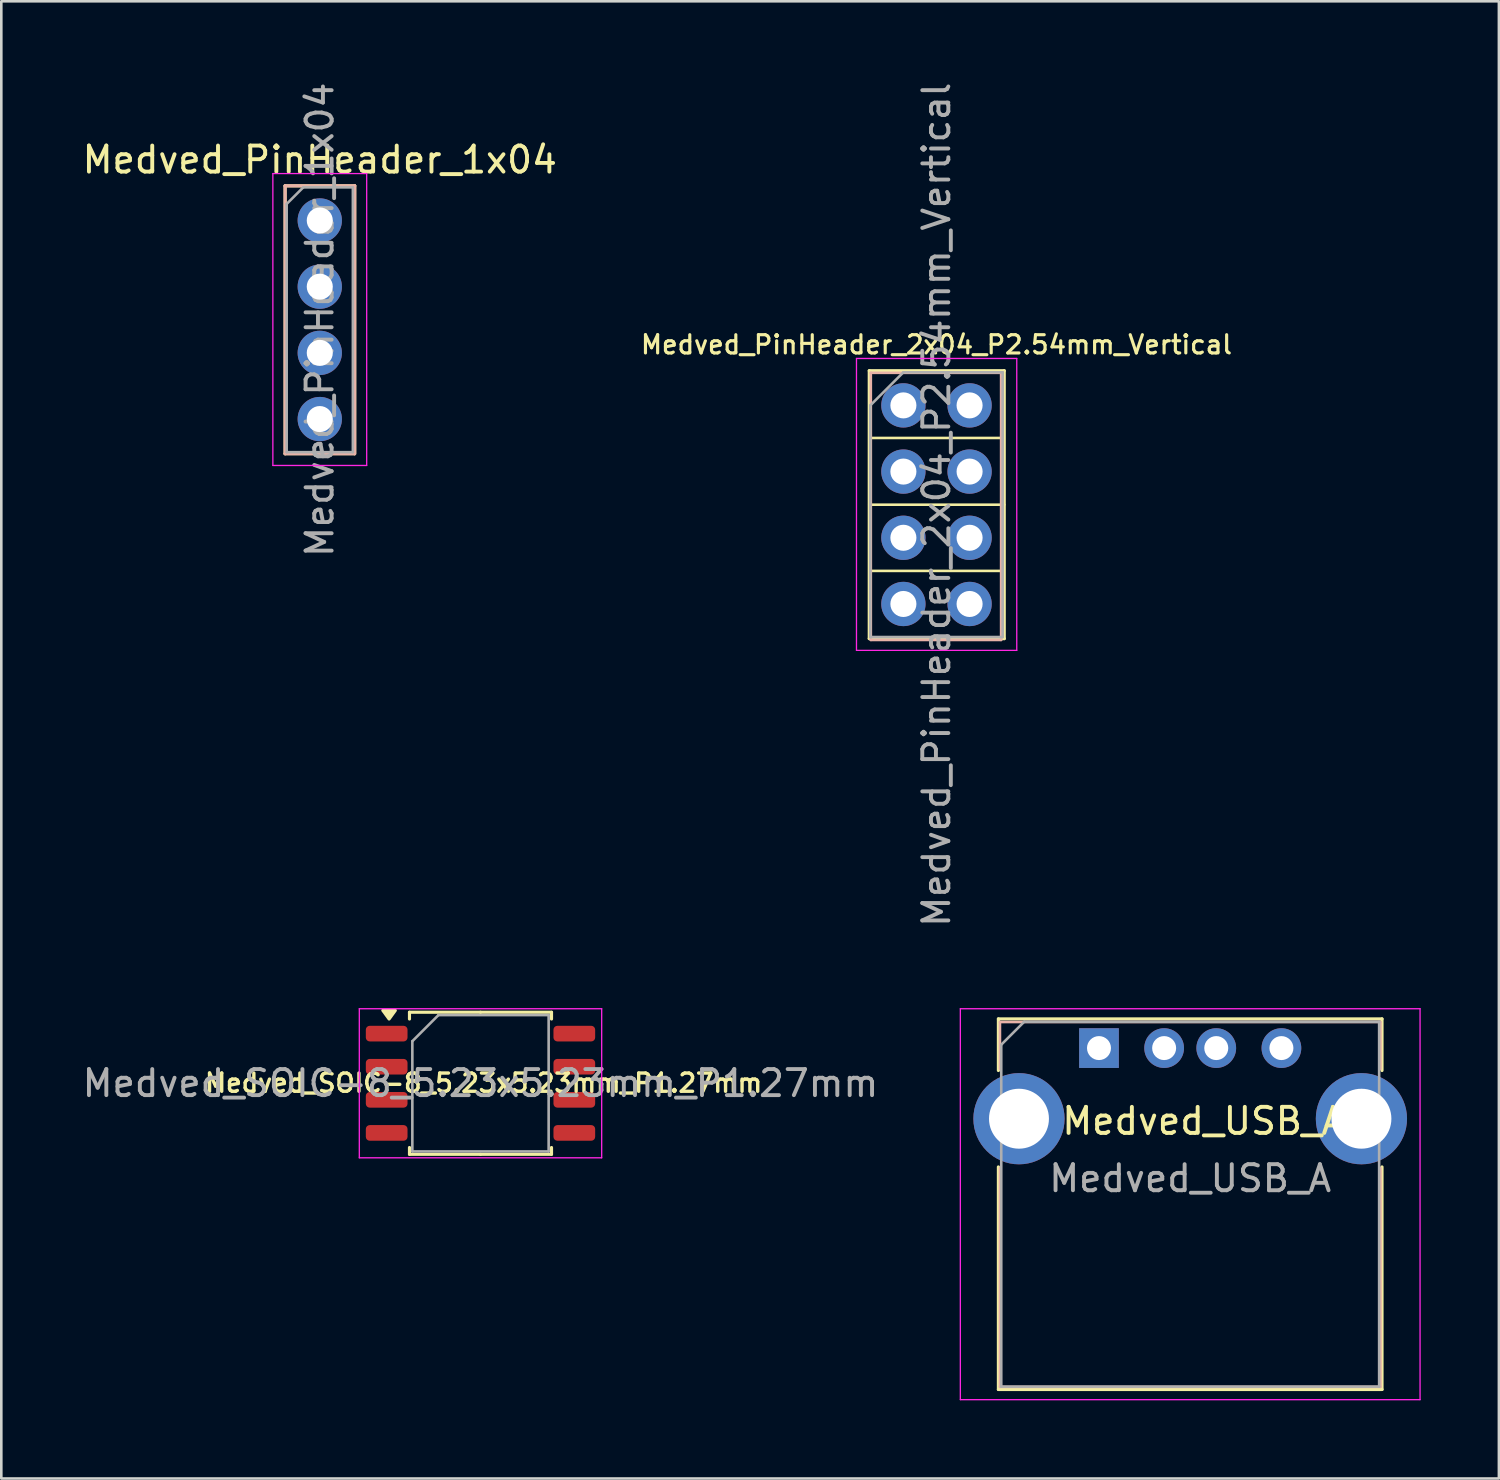
<source format=kicad_pcb>
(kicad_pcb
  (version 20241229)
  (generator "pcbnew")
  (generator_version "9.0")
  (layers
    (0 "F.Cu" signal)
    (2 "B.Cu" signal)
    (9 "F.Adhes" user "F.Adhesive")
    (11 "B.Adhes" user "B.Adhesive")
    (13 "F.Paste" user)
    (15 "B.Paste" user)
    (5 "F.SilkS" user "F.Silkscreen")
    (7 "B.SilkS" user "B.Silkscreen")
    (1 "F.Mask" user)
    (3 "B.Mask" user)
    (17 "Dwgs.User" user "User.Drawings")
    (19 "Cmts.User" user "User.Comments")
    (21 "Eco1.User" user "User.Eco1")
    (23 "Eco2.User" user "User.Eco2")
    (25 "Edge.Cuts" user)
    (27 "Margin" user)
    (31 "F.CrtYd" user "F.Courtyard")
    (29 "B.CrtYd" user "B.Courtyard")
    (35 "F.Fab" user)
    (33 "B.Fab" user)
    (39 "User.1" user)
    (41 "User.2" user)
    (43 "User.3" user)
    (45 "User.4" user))
  (footprint "Medved_PinHeader_2x04_P2.54mm_Vertical"
    (layer "F.Cu")
    (at 31.614 12.505)
    (property "Reference" "Medved_PinHeader_2x04_P2.54mm_Vertical" (at 1.27 -2.33 0) (layer "F.SilkS") (effects (font (size 0.7 0.7) (thickness 0.12) (bold yes))))
    (attr through_hole)
    (fp_line (start -1.31 3.81) (end 3.87 3.81) (stroke (width 0.1) (type default)) (layer "F.SilkS"))
    (fp_line (start -1.31 8.95) (end -1.31 -1.33) (stroke (width 0.12) (type solid)) (layer "F.SilkS"))
    (fp_line (start -1.31 8.95) (end 3.87 8.95) (stroke (width 0.12) (type solid)) (layer "F.SilkS"))
    (fp_line (start -1.25 1.25) (end 3.85 1.25) (stroke (width 0.1) (type default)) (layer "F.SilkS"))
    (fp_line (start -1.25 6.35) (end 3.85 6.35) (stroke (width 0.1) (type default)) (layer "F.SilkS"))
    (fp_line (start 3.87 -1.33) (end -1.31 -1.33) (stroke (width 0.12) (type solid)) (layer "F.SilkS"))
    (fp_line (start 3.87 -1.33) (end 3.87 8.95) (stroke (width 0.12) (type solid)) (layer "F.SilkS"))
    (fp_line (start -1.25 -1.25) (end -1.25 9) (stroke (width 0.1) (type default)) (layer "B.SilkS"))
    (fp_line (start -1.25 9) (end 3.75 9) (stroke (width 0.1) (type default)) (layer "B.SilkS"))
    (fp_line (start 3.75 -1.25) (end -1.25 -1.25) (stroke (width 0.1) (type default)) (layer "B.SilkS"))
    (fp_line (start 3.75 9) (end 3.75 -1.25) (stroke (width 0.1) (type default)) (layer "B.SilkS"))
    (fp_line (start -1.8 -1.8) (end -1.8 9.4) (stroke (width 0.05) (type solid)) (layer "F.CrtYd"))
    (fp_line (start -1.8 9.4) (end 4.35 9.4) (stroke (width 0.05) (type solid)) (layer "F.CrtYd"))
    (fp_line (start 4.35 -1.8) (end -1.8 -1.8) (stroke (width 0.05) (type solid)) (layer "F.CrtYd"))
    (fp_line (start 4.35 9.4) (end 4.35 -1.8) (stroke (width 0.05) (type solid)) (layer "F.CrtYd"))
    (fp_line (start -1.27 0) (end 0 -1.27) (stroke (width 0.1) (type solid)) (layer "F.Fab"))
    (fp_line (start -1.27 8.89) (end -1.27 0) (stroke (width 0.1) (type solid)) (layer "F.Fab"))
    (fp_line (start 0 -1.27) (end 3.81 -1.27) (stroke (width 0.1) (type solid)) (layer "F.Fab"))
    (fp_line (start 3.81 -1.27) (end 3.81 8.89) (stroke (width 0.1) (type solid)) (layer "F.Fab"))
    (fp_line (start 3.81 8.89) (end -1.27 8.89) (stroke (width 0.1) (type solid)) (layer "F.Fab"))
    (fp_text user "${REFERENCE}" (at 1.27 3.81 90) (layer "F.Fab") (effects (font (size 1 1) (thickness 0.15))))
    (pad "1" thru_hole circle (at 0 0) (size 1.7 1.7) (drill 1) (layers "*.Cu" "*.Mask"))
    (pad "2" thru_hole oval (at 2.54 0) (size 1.7 1.7) (drill 1) (layers "*.Cu" "*.Mask"))
    (pad "3" thru_hole oval (at 0 2.54) (size 1.7 1.7) (drill 1) (layers "*.Cu" "*.Mask"))
    (pad "4" thru_hole oval (at 2.54 2.54) (size 1.7 1.7) (drill 1) (layers "*.Cu" "*.Mask"))
    (pad "5" thru_hole oval (at 0 5.08) (size 1.7 1.7) (drill 1) (layers "*.Cu" "*.Mask"))
    (pad "6" thru_hole oval (at 2.54 5.08) (size 1.7 1.7) (drill 1) (layers "*.Cu" "*.Mask"))
    (pad "7" thru_hole oval (at 0 7.62) (size 1.7 1.7) (drill 1) (layers "*.Cu" "*.Mask"))
    (pad "8" thru_hole oval (at 2.54 7.62) (size 1.7 1.7) (drill 1) (layers "*.Cu" "*.Mask")))
  (footprint "Medved_PinHeader_1x04"
    (layer "F.Cu")
    (at 9.22 5.41)
    (property "Reference" "Medved_PinHeader_1x04" (at 0 -2.33 0) (layer "F.SilkS") (effects (font (size 1 1) (thickness 0.15))))
    (attr through_hole)
    (fp_line (start -1.33 -1.33) (end -1.33 8.95) (stroke (width 0.12) (type solid)) (layer "F.SilkS"))
    (fp_line (start -1.33 -1.33) (end 1.341 -1.33) (stroke (width 0.12) (type solid)) (layer "F.SilkS"))
    (fp_line (start -1.33 8.95) (end 1.33 8.95) (stroke (width 0.12) (type solid)) (layer "F.SilkS"))
    (fp_line (start 1.341 -1.33) (end 1.34 8.95) (stroke (width 0.12) (type solid)) (layer "F.SilkS"))
    (fp_line (start -1.33 -1.33) (end -1.33 8.95) (stroke (width 0.12) (type solid)) (layer "B.SilkS"))
    (fp_line (start -1.33 -1.33) (end 1.341 -1.33) (stroke (width 0.12) (type solid)) (layer "B.SilkS"))
    (fp_line (start -1.33 8.95) (end 1.33 8.95) (stroke (width 0.12) (type solid)) (layer "B.SilkS"))
    (fp_line (start 1.341 -1.33) (end 1.34 8.95) (stroke (width 0.12) (type solid)) (layer "B.SilkS"))
    (fp_line (start -1.8 -1.8) (end -1.8 9.4) (stroke (width 0.05) (type solid)) (layer "F.CrtYd"))
    (fp_line (start -1.8 9.4) (end 1.8 9.4) (stroke (width 0.05) (type solid)) (layer "F.CrtYd"))
    (fp_line (start 1.8 -1.8) (end -1.8 -1.8) (stroke (width 0.05) (type solid)) (layer "F.CrtYd"))
    (fp_line (start 1.8 9.4) (end 1.8 -1.8) (stroke (width 0.05) (type solid)) (layer "F.CrtYd"))
    (fp_line (start -1.27 -0.635) (end -0.635 -1.27) (stroke (width 0.1) (type solid)) (layer "F.Fab"))
    (fp_line (start -1.27 8.89) (end -1.27 -0.635) (stroke (width 0.1) (type solid)) (layer "F.Fab"))
    (fp_line (start -0.635 -1.27) (end 1.27 -1.27) (stroke (width 0.1) (type solid)) (layer "F.Fab"))
    (fp_line (start 1.27 -1.27) (end 1.27 8.89) (stroke (width 0.1) (type solid)) (layer "F.Fab"))
    (fp_line (start 1.27 8.89) (end -1.27 8.89) (stroke (width 0.1) (type solid)) (layer "F.Fab"))
    (fp_text user "${REFERENCE}" (at 0 3.81 90) (layer "F.Fab") (effects (font (size 1 1) (thickness 0.15))))
    (pad "1" thru_hole circle (at 0 0) (size 1.7 1.7) (drill 1) (layers "*.Cu" "*.Mask"))
    (pad "2" thru_hole oval (at 0 2.54) (size 1.7 1.7) (drill 1) (layers "*.Cu" "*.Mask"))
    (pad "3" thru_hole oval (at 0 5.08) (size 1.7 1.7) (drill 1) (layers "*.Cu" "*.Mask"))
    (pad "4" thru_hole oval (at 0 7.62) (size 1.7 1.7) (drill 1) (layers "*.Cu" "*.Mask")))
  (footprint "Medved_SOIC-8_5.23x5.23mm_P1.27mm"
    (layer "F.Cu")
    (at 15.387 38.516)
    (property "Reference" "Medved_SOIC-8_5.23x5.23mm_P1.27mm" (at 0.12 -0.01 0) (layer "F.SilkS") (effects (font (size 0.7 0.7) (thickness 0.13) (bold yes))))
    (attr smd)
    (fp_line (start -2.725 -2.725) (end -2.725 -2.465) (stroke (width 0.12) (type solid)) (layer "F.SilkS"))
    (fp_line (start -2.725 2.725) (end -2.725 2.465) (stroke (width 0.12) (type solid)) (layer "F.SilkS"))
    (fp_line (start 0 -2.725) (end -2.725 -2.725) (stroke (width 0.12) (type solid)) (layer "F.SilkS"))
    (fp_line (start 0 -2.725) (end 2.725 -2.725) (stroke (width 0.12) (type solid)) (layer "F.SilkS"))
    (fp_line (start 0 2.725) (end -2.725 2.725) (stroke (width 0.12) (type solid)) (layer "F.SilkS"))
    (fp_line (start 0 2.725) (end 2.725 2.725) (stroke (width 0.12) (type solid)) (layer "F.SilkS"))
    (fp_line (start 2.725 -2.725) (end 2.725 -2.465) (stroke (width 0.12) (type solid)) (layer "F.SilkS"))
    (fp_line (start 2.725 2.725) (end 2.725 2.465) (stroke (width 0.12) (type solid)) (layer "F.SilkS"))
    (fp_poly (pts (xy -3.507 -2.465) (xy -3.748 -2.795) (xy -3.268 -2.795) (xy -3.507 -2.465)) (stroke (width 0.12) (type solid)) (fill yes) (layer "F.SilkS"))
    (fp_line (start -4.65 -2.86) (end -4.65 2.86) (stroke (width 0.05) (type solid)) (layer "F.CrtYd"))
    (fp_line (start -4.65 2.86) (end 4.65 2.86) (stroke (width 0.05) (type solid)) (layer "F.CrtYd"))
    (fp_line (start 4.65 -2.86) (end -4.65 -2.86) (stroke (width 0.05) (type solid)) (layer "F.CrtYd"))
    (fp_line (start 4.65 2.86) (end 4.65 -2.86) (stroke (width 0.05) (type solid)) (layer "F.CrtYd"))
    (fp_line (start -2.615 -1.615) (end -1.615 -2.615) (stroke (width 0.1) (type solid)) (layer "F.Fab"))
    (fp_line (start -2.615 2.615) (end -2.615 -1.615) (stroke (width 0.1) (type solid)) (layer "F.Fab"))
    (fp_line (start -1.615 -2.615) (end 2.615 -2.615) (stroke (width 0.1) (type solid)) (layer "F.Fab"))
    (fp_line (start 2.615 -2.615) (end 2.615 2.615) (stroke (width 0.1) (type solid)) (layer "F.Fab"))
    (fp_line (start 2.615 2.615) (end -2.615 2.615) (stroke (width 0.1) (type solid)) (layer "F.Fab"))
    (fp_text user "${REFERENCE}" (at 0 0 0) (layer "F.Fab") (effects (font (size 1 1) (thickness 0.15))))
    (pad "1" smd roundrect (at -3.6 -1.905) (size 1.6 0.6) (layers "F.Cu" "F.Mask" "F.Paste") (roundrect_rratio 0.25))
    (pad "2" smd roundrect (at -3.6 -0.635) (size 1.6 0.6) (layers "F.Cu" "F.Mask" "F.Paste") (roundrect_rratio 0.25))
    (pad "3" smd roundrect (at -3.6 0.635) (size 1.6 0.6) (layers "F.Cu" "F.Mask" "F.Paste") (roundrect_rratio 0.25))
    (pad "4" smd roundrect (at -3.6 1.905) (size 1.6 0.6) (layers "F.Cu" "F.Mask" "F.Paste") (roundrect_rratio 0.25))
    (pad "5" smd roundrect (at 3.6 1.905) (size 1.6 0.6) (layers "F.Cu" "F.Mask" "F.Paste") (roundrect_rratio 0.25))
    (pad "6" smd roundrect (at 3.6 0.635) (size 1.6 0.6) (layers "F.Cu" "F.Mask" "F.Paste") (roundrect_rratio 0.25))
    (pad "7" smd roundrect (at 3.6 -0.635) (size 1.6 0.6) (layers "F.Cu" "F.Mask" "F.Paste") (roundrect_rratio 0.25))
    (pad "8" smd roundrect (at 3.6 -1.905) (size 1.6 0.6) (layers "F.Cu" "F.Mask" "F.Paste") (roundrect_rratio 0.25)))
  (footprint "Medved_USB_A"
    (layer "F.Cu")
    (at 39.119 37.166)
    (property "Reference" "Medved_USB_A" (at 4 2.8 0) (layer "F.SilkS") (effects (font (size 1 1) (thickness 0.15))))
    (attr through_hole)
    (fp_line (start -3.86 -1.12) (end -3.86 0.86) (stroke (width 0.12) (type solid)) (layer "F.SilkS"))
    (fp_line (start -3.86 -1.12) (end 10.86 -1.12) (stroke (width 0.12) (type solid)) (layer "F.SilkS"))
    (fp_line (start -3.86 4.56) (end -3.86 13.1) (stroke (width 0.12) (type solid)) (layer "F.SilkS"))
    (fp_line (start -3.86 13.1) (end 10.86 13.1) (stroke (width 0.12) (type solid)) (layer "F.SilkS"))
    (fp_line (start 10.86 0.86) (end 10.86 -1.12) (stroke (width 0.12) (type solid)) (layer "F.SilkS"))
    (fp_line (start 10.86 4.56) (end 10.86 13.1) (stroke (width 0.12) (type solid)) (layer "F.SilkS"))
    (fp_line (start -3.8 -1) (end 10.8 -1) (stroke (width 0.1) (type default)) (layer "B.SilkS"))
    (fp_line (start -3.8 0.8) (end -3.8 -1) (stroke (width 0.1) (type default)) (layer "B.SilkS"))
    (fp_line (start -3.8 13) (end -3.8 4.6) (stroke (width 0.1) (type default)) (layer "B.SilkS"))
    (fp_line (start 10.8 -1) (end 10.8 0.8) (stroke (width 0.1) (type default)) (layer "B.SilkS"))
    (fp_line (start 10.8 4.6) (end 10.8 13) (stroke (width 0.1) (type default)) (layer "B.SilkS"))
    (fp_line (start 10.8 13) (end -3.8 13) (stroke (width 0.1) (type default)) (layer "B.SilkS"))
    (fp_line (start -5.32 -1.51) (end -5.32 13.49) (stroke (width 0.05) (type solid)) (layer "F.CrtYd"))
    (fp_line (start -5.32 -1.51) (end 12.32 -1.51) (stroke (width 0.05) (type solid)) (layer "F.CrtYd"))
    (fp_line (start 12.32 -1.51) (end 12.32 13.49) (stroke (width 0.05) (type solid)) (layer "F.CrtYd"))
    (fp_line (start 12.32 13.49) (end -5.32 13.49) (stroke (width 0.05) (type solid)) (layer "F.CrtYd"))
    (fp_line (start -3.75 -0.13) (end -3.75 12.99) (stroke (width 0.1) (type solid)) (layer "F.Fab"))
    (fp_line (start -3.75 12.99) (end 10.75 12.99) (stroke (width 0.1) (type solid)) (layer "F.Fab"))
    (fp_line (start -2.87 -1.01) (end -3.75 -0.13) (stroke (width 0.1) (type solid)) (layer "F.Fab"))
    (fp_line (start -2.87 -1.01) (end 10.75 -1.01) (stroke (width 0.1) (type solid)) (layer "F.Fab"))
    (fp_line (start 10.75 -1.01) (end 10.75 12.99) (stroke (width 0.1) (type solid)) (layer "F.Fab"))
    (fp_text user "${REFERENCE}" (at 3.5 5 0) (layer "F.Fab") (effects (font (size 1 1) (thickness 0.15))))
    (pad "1" thru_hole rect (at 0 0) (size 1.524 1.524) (drill 0.92) (layers "*.Cu" "*.Mask"))
    (pad "2" thru_hole circle (at 2.5 0) (size 1.524 1.524) (drill 0.92) (layers "*.Cu" "*.Mask"))
    (pad "3" thru_hole circle (at 4.5 0) (size 1.524 1.524) (drill 0.92) (layers "*.Cu" "*.Mask"))
    (pad "4" thru_hole circle (at 7 0) (size 1.524 1.524) (drill 0.92) (layers "*.Cu" "*.Mask"))
    (pad "5" thru_hole circle (at -3.07 2.71) (size 3.5 3.5) (drill 2.3) (layers "*.Cu" "*.Mask"))
    (pad "5" thru_hole circle (at 10.07 2.71) (size 3.5 3.5) (drill 2.3) (layers "*.Cu" "*.Mask")))
  (gr_rect
    (start -3 -3)
    (end 54.464 53.681)
    (stroke (width 0.1) (type default))
    (fill no)
    (layer "Edge.Cuts")))
</source>
